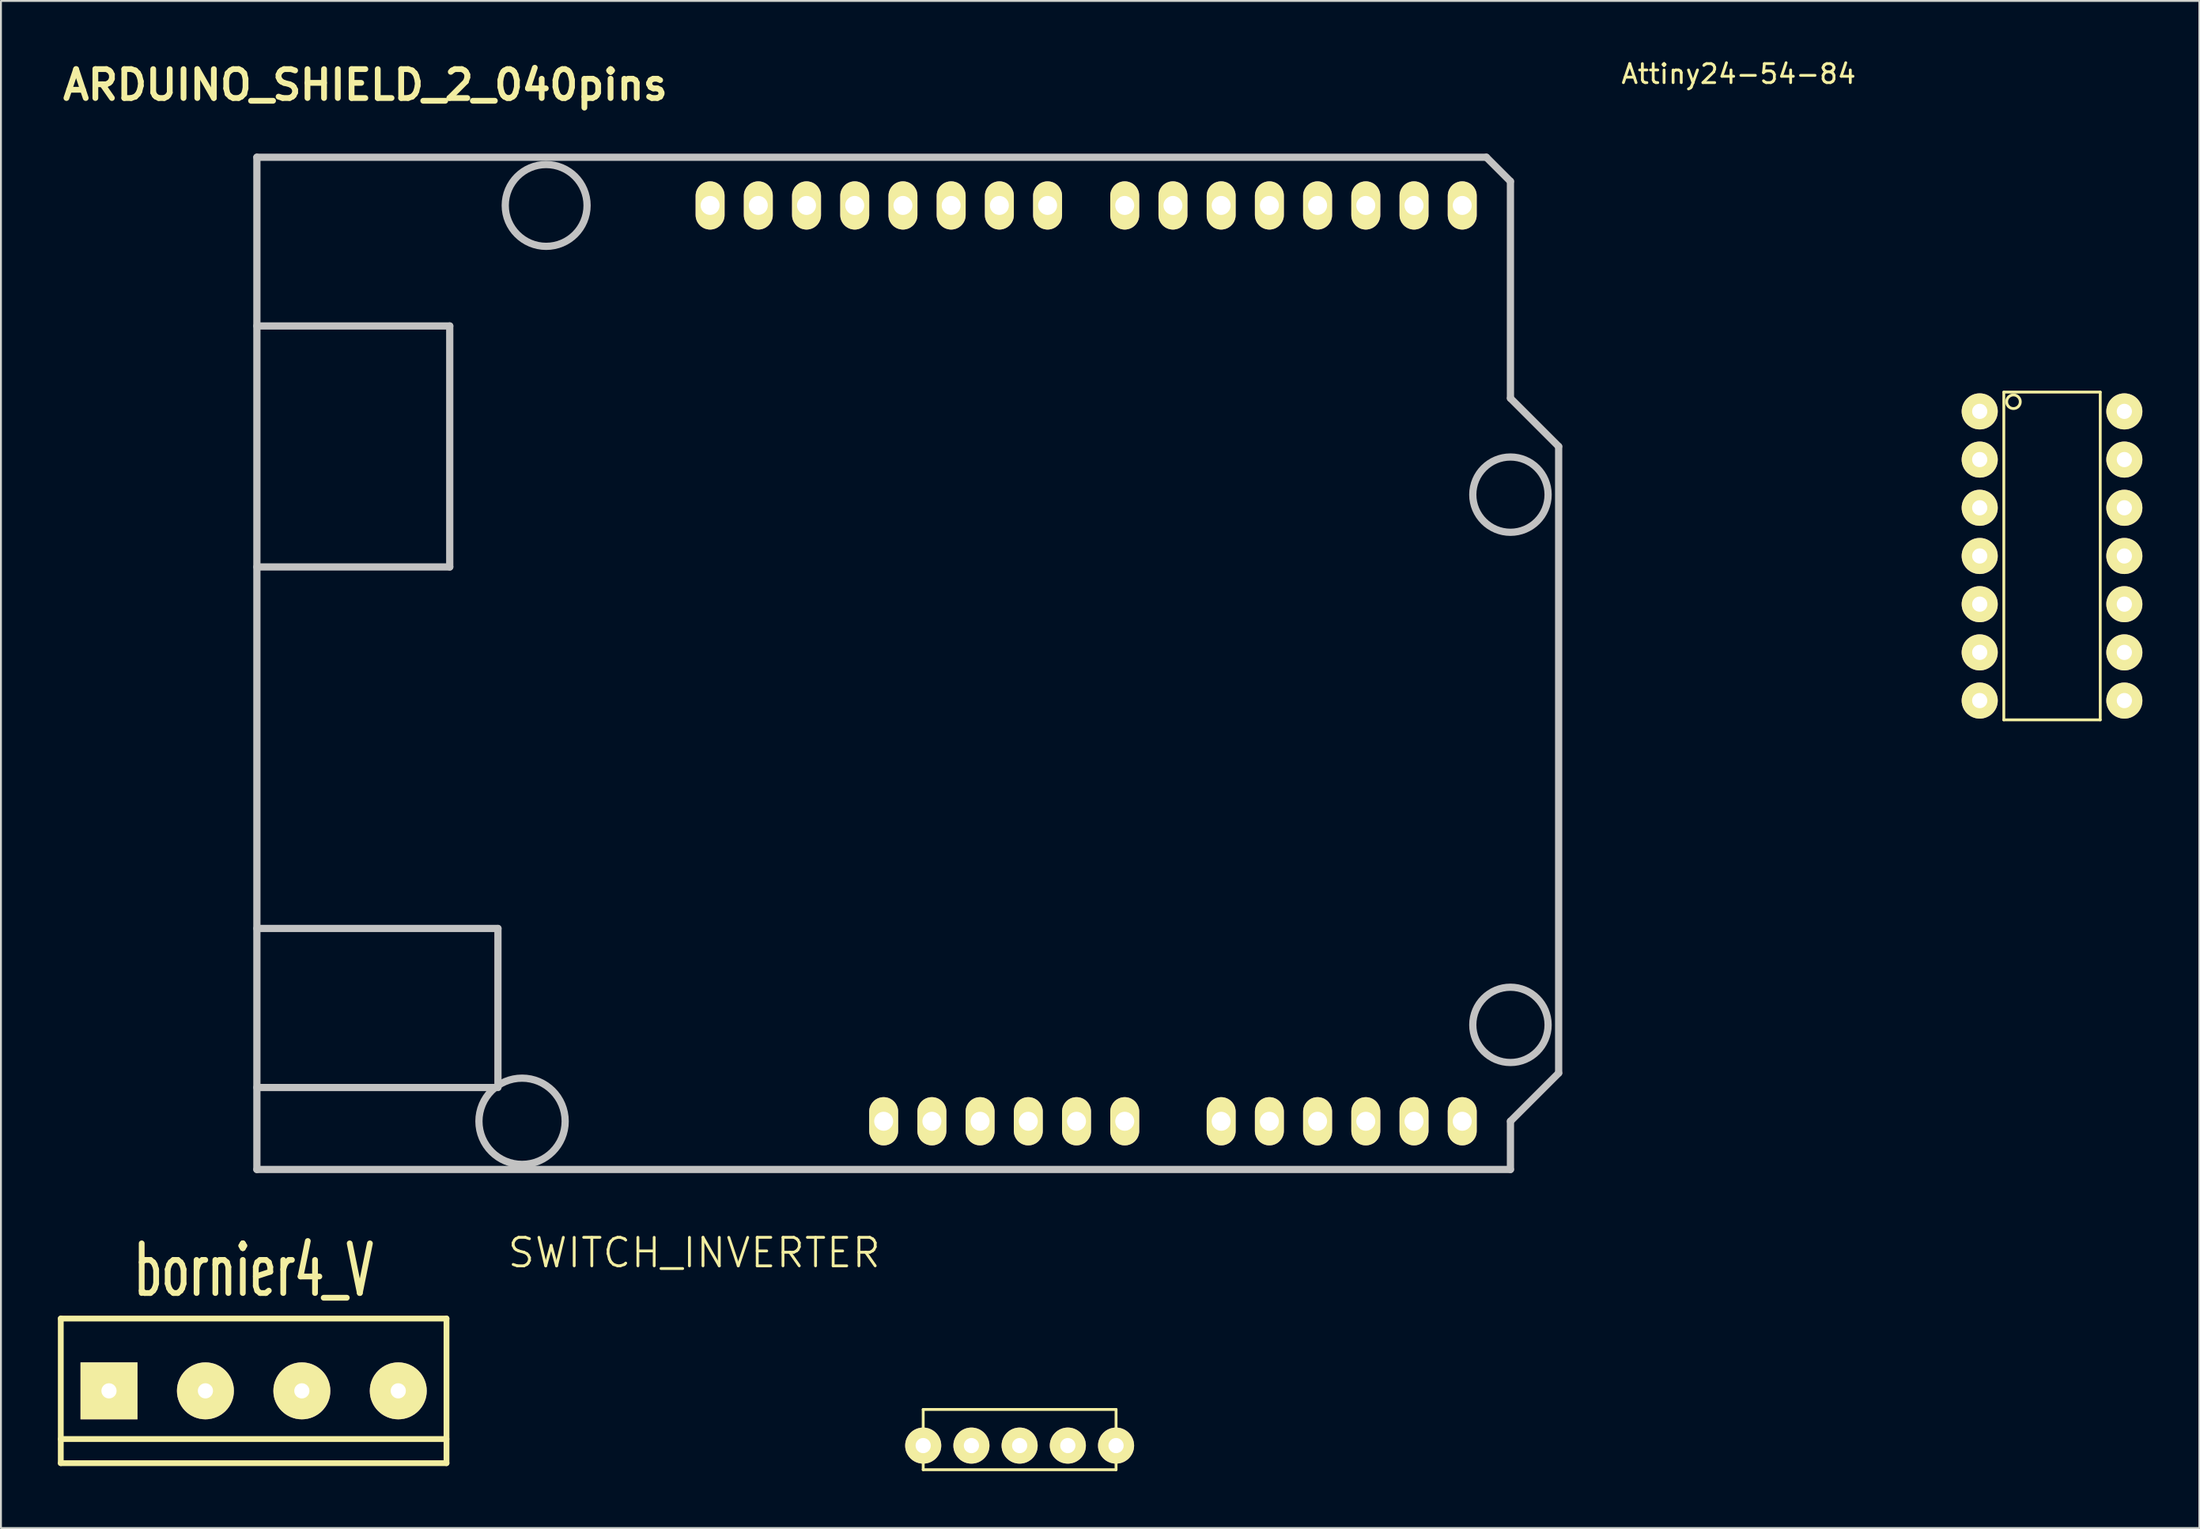
<source format=kicad_pcb>
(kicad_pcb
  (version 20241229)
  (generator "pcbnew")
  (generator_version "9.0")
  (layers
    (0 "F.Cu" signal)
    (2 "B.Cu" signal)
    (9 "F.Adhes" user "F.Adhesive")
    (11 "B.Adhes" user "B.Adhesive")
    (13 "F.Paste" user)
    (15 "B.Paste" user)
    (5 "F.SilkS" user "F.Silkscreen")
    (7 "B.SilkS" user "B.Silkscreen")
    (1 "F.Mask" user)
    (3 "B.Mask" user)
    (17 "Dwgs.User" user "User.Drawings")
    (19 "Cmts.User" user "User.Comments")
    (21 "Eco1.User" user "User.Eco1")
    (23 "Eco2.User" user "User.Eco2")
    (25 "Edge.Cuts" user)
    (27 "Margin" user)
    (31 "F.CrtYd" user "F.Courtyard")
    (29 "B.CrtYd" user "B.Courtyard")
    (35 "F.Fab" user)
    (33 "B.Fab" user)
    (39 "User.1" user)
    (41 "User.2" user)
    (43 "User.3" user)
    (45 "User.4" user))
  (footprint "SWITCH_INVERTER"
    (layer "F.Cu")
    (at 48.126 73.127)
    (property "Reference" "SWITCH_INVERTER" (at -14.605 -10.16 0) (layer "F.SilkS") (effects (font (size 1.5 1.5) (thickness 0.15))))
    (attr through_hole)
    (fp_line (start -2.54 -1.905) (end -2.54 1.27) (stroke (width 0.15) (type solid)) (layer "F.SilkS"))
    (fp_line (start -2.54 1.27) (end 7.62 1.27) (stroke (width 0.15) (type solid)) (layer "F.SilkS"))
    (fp_line (start 7.62 -1.905) (end -2.54 -1.905) (stroke (width 0.15) (type solid)) (layer "F.SilkS"))
    (fp_line (start 7.62 1.27) (end 7.62 -1.905) (stroke (width 0.15) (type solid)) (layer "F.SilkS"))
    (pad "" np_thru_hole circle (at -2.54 0) (size 1.9 1.9) (drill 0.8) (layers "*.Cu" "*.Mask" "F.SilkS"))
    (pad "" np_thru_hole circle (at 7.62 0) (size 1.9 1.9) (drill 0.8) (layers "*.Cu" "*.Mask" "F.SilkS"))
    (pad "1" thru_hole circle (at 0 0) (size 1.9 1.9) (drill 0.8) (layers "*.Cu" "*.Mask" "F.SilkS"))
    (pad "2" thru_hole circle (at 2.54 0) (size 1.9 1.9) (drill 0.8) (layers "*.Cu" "*.Mask" "F.SilkS"))
    (pad "3" thru_hole circle (at 5.08 0) (size 1.9 1.9) (drill 0.8) (layers "*.Cu" "*.Mask" "F.SilkS")))
  (footprint "ARDUINO_SHIELD_2_040pins"
    (layer "F.Cu")
    (at 10.483 58.576)
    (property "Reference" "ARDUINO_SHIELD_2_040pins" (at 5.715 -57.15 0) (layer "F.SilkS") (effects (font (size 1.524 1.524) (thickness 0.305))))
    (attr through_hole)
    (fp_line (start 0 -44.45) (end 10.16 -44.45) (stroke (width 0.381) (type solid)) (layer "Dwgs.User"))
    (fp_line (start 0 -12.7) (end 12.7 -12.7) (stroke (width 0.381) (type solid)) (layer "Dwgs.User"))
    (fp_line (start 0 0) (end 0 -53.34) (stroke (width 0.381) (type solid)) (layer "Dwgs.User"))
    (fp_line (start 10.16 -44.45) (end 10.16 -31.75) (stroke (width 0.381) (type solid)) (layer "Dwgs.User"))
    (fp_line (start 10.16 -31.75) (end 0 -31.75) (stroke (width 0.381) (type solid)) (layer "Dwgs.User"))
    (fp_line (start 12.7 -12.7) (end 12.7 -4.572) (stroke (width 0.381) (type solid)) (layer "Dwgs.User"))
    (fp_line (start 12.7 -4.318) (end 0 -4.318) (stroke (width 0.381) (type solid)) (layer "Dwgs.User"))
    (fp_line (start 64.77 -53.34) (end 0 -53.34) (stroke (width 0.381) (type solid)) (layer "Dwgs.User"))
    (fp_line (start 66.04 -52.07) (end 64.77 -53.34) (stroke (width 0.381) (type solid)) (layer "Dwgs.User"))
    (fp_line (start 66.04 -40.64) (end 66.04 -52.07) (stroke (width 0.381) (type solid)) (layer "Dwgs.User"))
    (fp_line (start 66.04 -40.64) (end 68.58 -38.1) (stroke (width 0.381) (type solid)) (layer "Dwgs.User"))
    (fp_line (start 66.04 -2.54) (end 66.04 0) (stroke (width 0.381) (type solid)) (layer "Dwgs.User"))
    (fp_line (start 66.04 0) (end 0 0) (stroke (width 0.381) (type solid)) (layer "Dwgs.User"))
    (fp_line (start 68.58 -38.1) (end 68.58 -5.08) (stroke (width 0.381) (type solid)) (layer "Dwgs.User"))
    (fp_line (start 68.58 -5.08) (end 66.04 -2.54) (stroke (width 0.381) (type solid)) (layer "Dwgs.User"))
    (fp_circle (center 13.97 -2.54) (end 16.002 -1.524) (stroke (width 0.381) (type solid)) (fill no) (layer "Dwgs.User"))
    (fp_circle (center 15.24 -50.8) (end 16.764 -49.276) (stroke (width 0.381) (type solid)) (fill no) (layer "Dwgs.User"))
    (fp_circle (center 66.04 -35.56) (end 67.31 -34.036) (stroke (width 0.381) (type solid)) (fill no) (layer "Dwgs.User"))
    (fp_circle (center 66.04 -7.62) (end 67.31 -6.096) (stroke (width 0.381) (type solid)) (fill no) (layer "Dwgs.User"))
    (pad "0" thru_hole oval (at 63.5 -50.8 90) (size 2.54 1.524) (drill 1) (layers "*.Cu" "*.Mask" "F.SilkS"))
    (pad "1" thru_hole oval (at 60.96 -50.8 90) (size 2.54 1.524) (drill 1) (layers "*.Cu" "*.Mask" "F.SilkS"))
    (pad "2" thru_hole oval (at 58.42 -50.8 90) (size 2.54 1.524) (drill 1) (layers "*.Cu" "*.Mask" "F.SilkS"))
    (pad "3" thru_hole oval (at 55.88 -50.8 90) (size 2.54 1.524) (drill 1) (layers "*.Cu" "*.Mask" "F.SilkS"))
    (pad "3V3" thru_hole oval (at 35.56 -2.54 90) (size 2.54 1.524) (drill 1) (layers "*.Cu" "*.Mask" "F.SilkS"))
    (pad "4" thru_hole oval (at 53.34 -50.8 90) (size 2.54 1.524) (drill 1) (layers "*.Cu" "*.Mask" "F.SilkS"))
    (pad "5" thru_hole oval (at 50.8 -50.8 90) (size 2.54 1.524) (drill 1) (layers "*.Cu" "*.Mask" "F.SilkS"))
    (pad "5V" thru_hole oval (at 38.1 -2.54 90) (size 2.54 1.524) (drill 1) (layers "*.Cu" "*.Mask" "F.SilkS"))
    (pad "6" thru_hole oval (at 48.26 -50.8 90) (size 2.54 1.524) (drill 1) (layers "*.Cu" "*.Mask" "F.SilkS"))
    (pad "7" thru_hole oval (at 45.72 -50.8 90) (size 2.54 1.524) (drill 1) (layers "*.Cu" "*.Mask" "F.SilkS"))
    (pad "8" thru_hole oval (at 41.656 -50.8 90) (size 2.54 1.524) (drill 1) (layers "*.Cu" "*.Mask" "F.SilkS"))
    (pad "9" thru_hole oval (at 39.116 -50.8 90) (size 2.54 1.524) (drill 1) (layers "*.Cu" "*.Mask" "F.SilkS"))
    (pad "10" thru_hole oval (at 36.576 -50.8 90) (size 2.54 1.524) (drill 1) (layers "*.Cu" "*.Mask" "F.SilkS"))
    (pad "11" thru_hole oval (at 34.036 -50.8 90) (size 2.54 1.524) (drill 1) (layers "*.Cu" "*.Mask" "F.SilkS"))
    (pad "12" thru_hole oval (at 31.496 -50.8 90) (size 2.54 1.524) (drill 1) (layers "*.Cu" "*.Mask" "F.SilkS"))
    (pad "13" thru_hole oval (at 28.956 -50.8 90) (size 2.54 1.524) (drill 1) (layers "*.Cu" "*.Mask" "F.SilkS"))
    (pad "AD0" thru_hole oval (at 50.8 -2.54 90) (size 2.54 1.524) (drill 1) (layers "*.Cu" "*.Mask" "F.SilkS"))
    (pad "AD1" thru_hole oval (at 53.34 -2.54 90) (size 2.54 1.524) (drill 1) (layers "*.Cu" "*.Mask" "F.SilkS"))
    (pad "AD2" thru_hole oval (at 55.88 -2.54 90) (size 2.54 1.524) (drill 1) (layers "*.Cu" "*.Mask" "F.SilkS"))
    (pad "AD3" thru_hole oval (at 58.42 -2.54 90) (size 2.54 1.524) (drill 1) (layers "*.Cu" "*.Mask" "F.SilkS"))
    (pad "AD4" thru_hole oval (at 60.96 -2.54 90) (size 2.54 1.524) (drill 1) (layers "*.Cu" "*.Mask" "F.SilkS"))
    (pad "AD5" thru_hole oval (at 63.5 -2.54 90) (size 2.54 1.524) (drill 1) (layers "*.Cu" "*.Mask" "F.SilkS"))
    (pad "AREF" thru_hole oval (at 23.876 -50.8 90) (size 2.54 1.524) (drill 1) (layers "*.Cu" "*.Mask" "F.SilkS"))
    (pad "GND1" thru_hole oval (at 40.64 -2.54 90) (size 2.54 1.524) (drill 1) (layers "*.Cu" "*.Mask" "F.SilkS"))
    (pad "GND2" thru_hole oval (at 43.18 -2.54 90) (size 2.54 1.524) (drill 1) (layers "*.Cu" "*.Mask" "F.SilkS"))
    (pad "GND3" thru_hole oval (at 26.416 -50.8 90) (size 2.54 1.524) (drill 1) (layers "*.Cu" "*.Mask" "F.SilkS"))
    (pad "RST" thru_hole oval (at 33.02 -2.54 90) (size 2.54 1.524) (drill 1) (layers "*.Cu" "*.Mask" "F.SilkS"))
    (pad "V_IN" thru_hole oval (at 45.72 -2.54 90) (size 2.54 1.524) (drill 1) (layers "*.Cu" "*.Mask" "F.SilkS")))
  (footprint "bornier4_V"
    (layer "F.Cu")
    (at 10.312 70.242)
    (property "Reference" "bornier4_V" (at 0 -6.35 0) (layer "F.SilkS") (effects (font (size 2.616 1.598) (thickness 0.305))))
    (attr through_hole)
    (fp_line (start -10.16 -3.81) (end -10.16 3.81) (stroke (width 0.305) (type solid)) (layer "F.SilkS"))
    (fp_line (start -10.16 -3.81) (end 10.16 -3.81) (stroke (width 0.305) (type solid)) (layer "F.SilkS"))
    (fp_line (start -10.16 3.81) (end 10.16 3.81) (stroke (width 0.305) (type solid)) (layer "F.SilkS"))
    (fp_line (start 10.16 2.54) (end -10.16 2.54) (stroke (width 0.305) (type solid)) (layer "F.SilkS"))
    (fp_line (start 10.16 3.81) (end 10.16 -3.81) (stroke (width 0.305) (type solid)) (layer "F.SilkS"))
    (pad "1" thru_hole circle (at 7.62 0) (size 3 3) (drill 0.8) (layers "*.Cu" "*.Mask" "F.SilkS"))
    (pad "2" thru_hole circle (at 2.54 0) (size 3 3) (drill 0.8) (layers "*.Cu" "*.Mask" "F.SilkS"))
    (pad "3" thru_hole circle (at -2.54 0) (size 3 3) (drill 0.8) (layers "*.Cu" "*.Mask" "F.SilkS"))
    (pad "4" thru_hole rect (at -7.62 0) (size 3 3) (drill 0.8) (layers "*.Cu" "*.Mask" "F.SilkS")))
  (footprint "Attiny24-54-84"
    (layer "F.Cu")
    (at 101.245 18.628)
    (property "Reference" "Attiny24-54-84" (at -12.7 -17.78 0) (layer "F.SilkS") (effects (font (size 1 1) (thickness 0.15))))
    (attr through_hole)
    (fp_line (start 1.27 -1.016) (end 1.27 16.256) (stroke (width 0.15) (type solid)) (layer "F.SilkS"))
    (fp_line (start 1.27 -1.016) (end 6.35 -1.016) (stroke (width 0.15) (type solid)) (layer "F.SilkS"))
    (fp_line (start 1.27 16.256) (end 6.35 16.256) (stroke (width 0.15) (type solid)) (layer "F.SilkS"))
    (fp_line (start 6.35 -1.016) (end 6.35 16.256) (stroke (width 0.15) (type solid)) (layer "F.SilkS"))
    (fp_circle (center 1.778 -0.508) (end 2.032 -0.254) (stroke (width 0.15) (type solid)) (fill no) (layer "F.SilkS"))
    (pad "1" thru_hole circle (at 0 0) (size 1.9 1.9) (drill 0.8) (layers "*.Cu" "*.Mask" "F.SilkS"))
    (pad "2" thru_hole circle (at 0 2.54) (size 1.9 1.9) (drill 0.8) (layers "*.Cu" "*.Mask" "F.SilkS"))
    (pad "3" thru_hole circle (at 0 5.08) (size 1.9 1.9) (drill 0.8) (layers "*.Cu" "*.Mask" "F.SilkS"))
    (pad "4" thru_hole circle (at 0 7.62) (size 1.9 1.9) (drill 0.8) (layers "*.Cu" "*.Mask" "F.SilkS"))
    (pad "5" thru_hole circle (at 0 10.16) (size 1.9 1.9) (drill 0.8) (layers "*.Cu" "*.Mask" "F.SilkS"))
    (pad "6" thru_hole circle (at 0 12.7) (size 1.9 1.9) (drill 0.8) (layers "*.Cu" "*.Mask" "F.SilkS"))
    (pad "7" thru_hole circle (at 0 15.24) (size 1.9 1.9) (drill 0.8) (layers "*.Cu" "*.Mask" "F.SilkS"))
    (pad "8" thru_hole circle (at 7.62 15.24) (size 1.9 1.9) (drill 0.8) (layers "*.Cu" "*.Mask" "F.SilkS"))
    (pad "9" thru_hole circle (at 7.62 12.7) (size 1.9 1.9) (drill 0.8) (layers "*.Cu" "*.Mask" "F.SilkS"))
    (pad "10" thru_hole circle (at 7.62 10.16) (size 1.9 1.9) (drill 0.8) (layers "*.Cu" "*.Mask" "F.SilkS"))
    (pad "11" thru_hole circle (at 7.62 7.62) (size 1.9 1.9) (drill 0.8) (layers "*.Cu" "*.Mask" "F.SilkS"))
    (pad "12" thru_hole circle (at 7.62 5.08) (size 1.9 1.9) (drill 0.8) (layers "*.Cu" "*.Mask" "F.SilkS"))
    (pad "13" thru_hole circle (at 7.62 2.54) (size 1.9 1.9) (drill 0.8) (layers "*.Cu" "*.Mask" "F.SilkS"))
    (pad "14" thru_hole circle (at 7.62 0) (size 1.9 1.9) (drill 0.8) (layers "*.Cu" "*.Mask" "F.SilkS")))
  (gr_rect
    (start -3 -3)
    (end 112.815 77.472)
    (stroke (width 0.1) (type default))
    (fill no)
    (layer "Edge.Cuts")))
</source>
